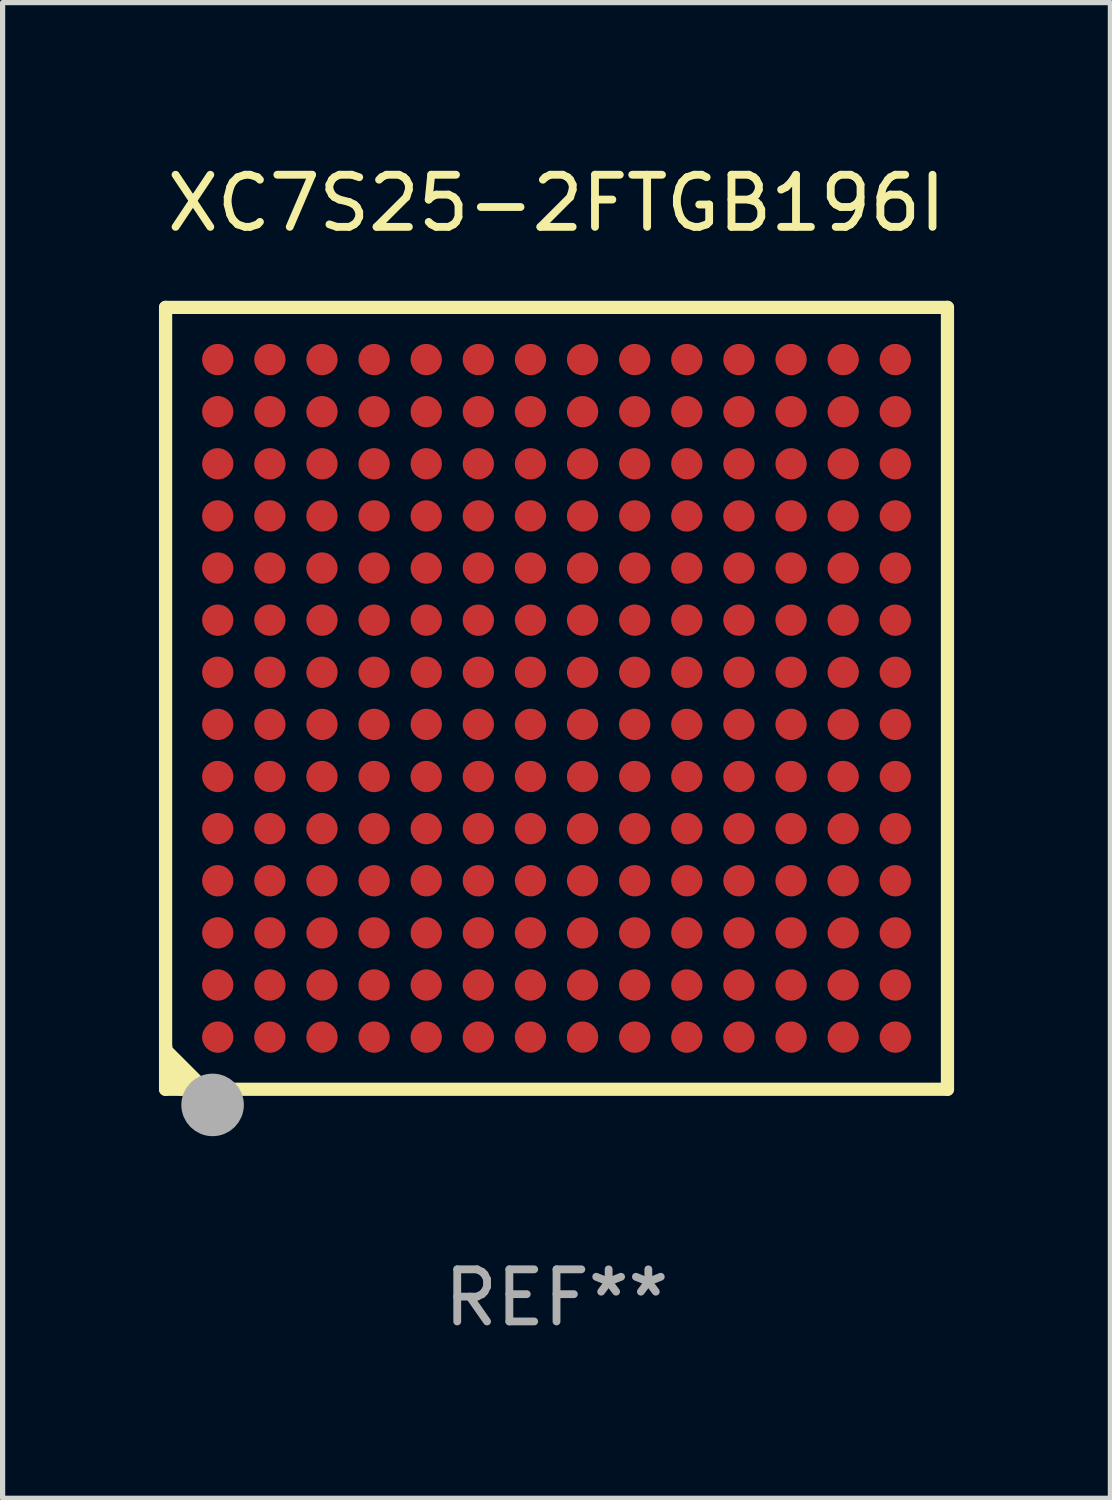
<source format=kicad_pcb>
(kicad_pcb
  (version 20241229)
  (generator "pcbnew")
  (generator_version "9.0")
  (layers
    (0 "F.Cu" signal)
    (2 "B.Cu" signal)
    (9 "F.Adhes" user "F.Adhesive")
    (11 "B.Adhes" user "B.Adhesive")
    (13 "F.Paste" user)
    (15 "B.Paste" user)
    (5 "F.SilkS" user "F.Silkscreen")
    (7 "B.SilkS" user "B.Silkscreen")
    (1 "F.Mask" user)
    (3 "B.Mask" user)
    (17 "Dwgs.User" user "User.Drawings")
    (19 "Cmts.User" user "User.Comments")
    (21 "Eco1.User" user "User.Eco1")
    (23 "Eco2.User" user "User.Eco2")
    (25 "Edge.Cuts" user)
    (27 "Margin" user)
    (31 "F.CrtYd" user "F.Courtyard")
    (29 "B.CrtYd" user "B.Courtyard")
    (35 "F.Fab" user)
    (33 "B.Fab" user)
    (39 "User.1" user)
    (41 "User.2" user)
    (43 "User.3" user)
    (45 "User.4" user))
  (footprint "XC7S25-2FTGB196I"
    (layer "F.Cu")
    (at 7.628 10.349)
    (property "Reference" "XC7S25-2FTGB196I" (at 0 -9.501 0) (layer "F.SilkS") (effects (font (size 1 1) (thickness 0.15))))
    (attr through_hole)
    (fp_line (start -7.501 -7.501) (end 7.501 -7.501) (stroke (width 0.254) (type solid)) (layer "F.SilkS"))
    (fp_line (start -7.501 7.501) (end -7.501 -7.501) (stroke (width 0.254) (type solid)) (layer "F.SilkS"))
    (fp_line (start -7.5 6.677) (end -7.5 6.748) (stroke (width 0.254) (type solid)) (layer "F.SilkS"))
    (fp_line (start -7.5 6.748) (end -6.748 7.5) (stroke (width 0.254) (type solid)) (layer "F.SilkS"))
    (fp_line (start -7.5 6.772) (end -7.5 7.002) (stroke (width 0.254) (type solid)) (layer "F.SilkS"))
    (fp_line (start -7.5 7) (end -7.5 7.209) (stroke (width 0.254) (type solid)) (layer "F.SilkS"))
    (fp_line (start -7.5 7.002) (end -7.002 7.5) (stroke (width 0.254) (type solid)) (layer "F.SilkS"))
    (fp_line (start -7.5 7.209) (end -7.209 7.5) (stroke (width 0.254) (type solid)) (layer "F.SilkS"))
    (fp_line (start 7.501 -7.501) (end 7.501 7.501) (stroke (width 0.254) (type solid)) (layer "F.SilkS"))
    (fp_line (start 7.501 7.501) (end -7.501 7.501) (stroke (width 0.254) (type solid)) (layer "F.SilkS"))
    (fp_circle (center -7.45 7.45) (end -7.4 7.45) (stroke (width 0.1) (type solid)) (fill no) (layer "F.SilkS"))
    (fp_circle (center -6.6 8) (end -6.473 8) (stroke (width 0.254) (type solid)) (fill no) (layer "F.SilkS"))
    (fp_circle (center -6.599 7.801) (end -6.299 7.801) (stroke (width 0.6) (type solid)) (fill no) (layer "F.Fab"))
    (fp_text user "REF**" (at 0 11.501 0) (layer "F.Fab") (effects (font (size 1 1) (thickness 0.15))))
    (pad "A1" smd circle (at -6.5 6.5) (size 0.6 0.6) (layers "F.Cu" "F.Mask" "F.Paste"))
    (pad "A2" smd circle (at -6.5 5.5) (size 0.6 0.6) (layers "F.Cu" "F.Mask" "F.Paste"))
    (pad "A3" smd circle (at -6.5 4.5) (size 0.6 0.6) (layers "F.Cu" "F.Mask" "F.Paste"))
    (pad "A4" smd circle (at -6.5 3.5) (size 0.6 0.6) (layers "F.Cu" "F.Mask" "F.Paste"))
    (pad "A5" smd circle (at -6.5 2.5) (size 0.6 0.6) (layers "F.Cu" "F.Mask" "F.Paste"))
    (pad "A6" smd circle (at -6.5 1.5) (size 0.6 0.6) (layers "F.Cu" "F.Mask" "F.Paste"))
    (pad "A7" smd circle (at -6.5 0.5) (size 0.6 0.6) (layers "F.Cu" "F.Mask" "F.Paste"))
    (pad "A8" smd circle (at -6.5 -0.5) (size 0.6 0.6) (layers "F.Cu" "F.Mask" "F.Paste"))
    (pad "A9" smd circle (at -6.5 -1.5) (size 0.6 0.6) (layers "F.Cu" "F.Mask" "F.Paste"))
    (pad "A10" smd circle (at -6.5 -2.5) (size 0.6 0.6) (layers "F.Cu" "F.Mask" "F.Paste"))
    (pad "A11" smd circle (at -6.5 -3.5) (size 0.6 0.6) (layers "F.Cu" "F.Mask" "F.Paste"))
    (pad "A12" smd circle (at -6.5 -4.5) (size 0.6 0.6) (layers "F.Cu" "F.Mask" "F.Paste"))
    (pad "A13" smd circle (at -6.5 -5.5) (size 0.6 0.6) (layers "F.Cu" "F.Mask" "F.Paste"))
    (pad "A14" smd circle (at -6.5 -6.5) (size 0.6 0.6) (layers "F.Cu" "F.Mask" "F.Paste"))
    (pad "B1" smd circle (at -5.5 6.5) (size 0.6 0.6) (layers "F.Cu" "F.Mask" "F.Paste"))
    (pad "B2" smd circle (at -5.5 5.5) (size 0.6 0.6) (layers "F.Cu" "F.Mask" "F.Paste"))
    (pad "B3" smd circle (at -5.5 4.5) (size 0.6 0.6) (layers "F.Cu" "F.Mask" "F.Paste"))
    (pad "B4" smd circle (at -5.5 3.5) (size 0.6 0.6) (layers "F.Cu" "F.Mask" "F.Paste"))
    (pad "B5" smd circle (at -5.5 2.5) (size 0.6 0.6) (layers "F.Cu" "F.Mask" "F.Paste"))
    (pad "B6" smd circle (at -5.5 1.5) (size 0.6 0.6) (layers "F.Cu" "F.Mask" "F.Paste"))
    (pad "B7" smd circle (at -5.5 0.5) (size 0.6 0.6) (layers "F.Cu" "F.Mask" "F.Paste"))
    (pad "B8" smd circle (at -5.5 -0.5) (size 0.6 0.6) (layers "F.Cu" "F.Mask" "F.Paste"))
    (pad "B9" smd circle (at -5.5 -1.5) (size 0.6 0.6) (layers "F.Cu" "F.Mask" "F.Paste"))
    (pad "B10" smd circle (at -5.5 -2.5) (size 0.6 0.6) (layers "F.Cu" "F.Mask" "F.Paste"))
    (pad "B11" smd circle (at -5.5 -3.5) (size 0.6 0.6) (layers "F.Cu" "F.Mask" "F.Paste"))
    (pad "B12" smd circle (at -5.5 -4.5) (size 0.6 0.6) (layers "F.Cu" "F.Mask" "F.Paste"))
    (pad "B13" smd circle (at -5.5 -5.5) (size 0.6 0.6) (layers "F.Cu" "F.Mask" "F.Paste"))
    (pad "B14" smd circle (at -5.5 -6.5) (size 0.6 0.6) (layers "F.Cu" "F.Mask" "F.Paste"))
    (pad "C1" smd circle (at -4.5 6.5) (size 0.6 0.6) (layers "F.Cu" "F.Mask" "F.Paste"))
    (pad "C2" smd circle (at -4.5 5.5) (size 0.6 0.6) (layers "F.Cu" "F.Mask" "F.Paste"))
    (pad "C3" smd circle (at -4.5 4.5) (size 0.6 0.6) (layers "F.Cu" "F.Mask" "F.Paste"))
    (pad "C4" smd circle (at -4.5 3.5) (size 0.6 0.6) (layers "F.Cu" "F.Mask" "F.Paste"))
    (pad "C5" smd circle (at -4.5 2.5) (size 0.6 0.6) (layers "F.Cu" "F.Mask" "F.Paste"))
    (pad "C6" smd circle (at -4.5 1.5) (size 0.6 0.6) (layers "F.Cu" "F.Mask" "F.Paste"))
    (pad "C7" smd circle (at -4.5 0.5) (size 0.6 0.6) (layers "F.Cu" "F.Mask" "F.Paste"))
    (pad "C8" smd circle (at -4.5 -0.5) (size 0.6 0.6) (layers "F.Cu" "F.Mask" "F.Paste"))
    (pad "C9" smd circle (at -4.5 -1.5) (size 0.6 0.6) (layers "F.Cu" "F.Mask" "F.Paste"))
    (pad "C10" smd circle (at -4.5 -2.5) (size 0.6 0.6) (layers "F.Cu" "F.Mask" "F.Paste"))
    (pad "C11" smd circle (at -4.5 -3.5) (size 0.6 0.6) (layers "F.Cu" "F.Mask" "F.Paste"))
    (pad "C12" smd circle (at -4.5 -4.5) (size 0.6 0.6) (layers "F.Cu" "F.Mask" "F.Paste"))
    (pad "C13" smd circle (at -4.5 -5.5) (size 0.6 0.6) (layers "F.Cu" "F.Mask" "F.Paste"))
    (pad "C14" smd circle (at -4.5 -6.5) (size 0.6 0.6) (layers "F.Cu" "F.Mask" "F.Paste"))
    (pad "D1" smd circle (at -3.5 6.5) (size 0.6 0.6) (layers "F.Cu" "F.Mask" "F.Paste"))
    (pad "D2" smd circle (at -3.5 5.5) (size 0.6 0.6) (layers "F.Cu" "F.Mask" "F.Paste"))
    (pad "D3" smd circle (at -3.5 4.5) (size 0.6 0.6) (layers "F.Cu" "F.Mask" "F.Paste"))
    (pad "D4" smd circle (at -3.5 3.5) (size 0.6 0.6) (layers "F.Cu" "F.Mask" "F.Paste"))
    (pad "D5" smd circle (at -3.5 2.5) (size 0.6 0.6) (layers "F.Cu" "F.Mask" "F.Paste"))
    (pad "D6" smd circle (at -3.5 1.5) (size 0.6 0.6) (layers "F.Cu" "F.Mask" "F.Paste"))
    (pad "D7" smd circle (at -3.5 0.5) (size 0.6 0.6) (layers "F.Cu" "F.Mask" "F.Paste"))
    (pad "D8" smd circle (at -3.5 -0.5) (size 0.6 0.6) (layers "F.Cu" "F.Mask" "F.Paste"))
    (pad "D9" smd circle (at -3.5 -1.5) (size 0.6 0.6) (layers "F.Cu" "F.Mask" "F.Paste"))
    (pad "D10" smd circle (at -3.5 -2.5) (size 0.6 0.6) (layers "F.Cu" "F.Mask" "F.Paste"))
    (pad "D11" smd circle (at -3.5 -3.5) (size 0.6 0.6) (layers "F.Cu" "F.Mask" "F.Paste"))
    (pad "D12" smd circle (at -3.5 -4.5) (size 0.6 0.6) (layers "F.Cu" "F.Mask" "F.Paste"))
    (pad "D13" smd circle (at -3.5 -5.5) (size 0.6 0.6) (layers "F.Cu" "F.Mask" "F.Paste"))
    (pad "D14" smd circle (at -3.5 -6.5) (size 0.6 0.6) (layers "F.Cu" "F.Mask" "F.Paste"))
    (pad "E1" smd circle (at -2.5 6.5) (size 0.6 0.6) (layers "F.Cu" "F.Mask" "F.Paste"))
    (pad "E2" smd circle (at -2.5 5.5) (size 0.6 0.6) (layers "F.Cu" "F.Mask" "F.Paste"))
    (pad "E3" smd circle (at -2.5 4.5) (size 0.6 0.6) (layers "F.Cu" "F.Mask" "F.Paste"))
    (pad "E4" smd circle (at -2.5 3.5) (size 0.6 0.6) (layers "F.Cu" "F.Mask" "F.Paste"))
    (pad "E5" smd circle (at -2.5 2.5) (size 0.6 0.6) (layers "F.Cu" "F.Mask" "F.Paste"))
    (pad "E6" smd circle (at -2.5 1.5) (size 0.6 0.6) (layers "F.Cu" "F.Mask" "F.Paste"))
    (pad "E7" smd circle (at -2.5 0.5) (size 0.6 0.6) (layers "F.Cu" "F.Mask" "F.Paste"))
    (pad "E8" smd circle (at -2.5 -0.5) (size 0.6 0.6) (layers "F.Cu" "F.Mask" "F.Paste"))
    (pad "E9" smd circle (at -2.5 -1.5) (size 0.6 0.6) (layers "F.Cu" "F.Mask" "F.Paste"))
    (pad "E10" smd circle (at -2.5 -2.5) (size 0.6 0.6) (layers "F.Cu" "F.Mask" "F.Paste"))
    (pad "E11" smd circle (at -2.5 -3.5) (size 0.6 0.6) (layers "F.Cu" "F.Mask" "F.Paste"))
    (pad "E12" smd circle (at -2.5 -4.5) (size 0.6 0.6) (layers "F.Cu" "F.Mask" "F.Paste"))
    (pad "E13" smd circle (at -2.5 -5.5) (size 0.6 0.6) (layers "F.Cu" "F.Mask" "F.Paste"))
    (pad "E14" smd circle (at -2.5 -6.5) (size 0.6 0.6) (layers "F.Cu" "F.Mask" "F.Paste"))
    (pad "F1" smd circle (at -1.5 6.5) (size 0.6 0.6) (layers "F.Cu" "F.Mask" "F.Paste"))
    (pad "F2" smd circle (at -1.5 5.5) (size 0.6 0.6) (layers "F.Cu" "F.Mask" "F.Paste"))
    (pad "F3" smd circle (at -1.5 4.5) (size 0.6 0.6) (layers "F.Cu" "F.Mask" "F.Paste"))
    (pad "F4" smd circle (at -1.5 3.5) (size 0.6 0.6) (layers "F.Cu" "F.Mask" "F.Paste"))
    (pad "F5" smd circle (at -1.5 2.5) (size 0.6 0.6) (layers "F.Cu" "F.Mask" "F.Paste"))
    (pad "F6" smd circle (at -1.5 1.5) (size 0.6 0.6) (layers "F.Cu" "F.Mask" "F.Paste"))
    (pad "F7" smd circle (at -1.5 0.5) (size 0.6 0.6) (layers "F.Cu" "F.Mask" "F.Paste"))
    (pad "F8" smd circle (at -1.5 -0.5) (size 0.6 0.6) (layers "F.Cu" "F.Mask" "F.Paste"))
    (pad "F9" smd circle (at -1.5 -1.5) (size 0.6 0.6) (layers "F.Cu" "F.Mask" "F.Paste"))
    (pad "F10" smd circle (at -1.5 -2.5) (size 0.6 0.6) (layers "F.Cu" "F.Mask" "F.Paste"))
    (pad "F11" smd circle (at -1.5 -3.5) (size 0.6 0.6) (layers "F.Cu" "F.Mask" "F.Paste"))
    (pad "F12" smd circle (at -1.5 -4.5) (size 0.6 0.6) (layers "F.Cu" "F.Mask" "F.Paste"))
    (pad "F13" smd circle (at -1.5 -5.5) (size 0.6 0.6) (layers "F.Cu" "F.Mask" "F.Paste"))
    (pad "F14" smd circle (at -1.5 -6.5) (size 0.6 0.6) (layers "F.Cu" "F.Mask" "F.Paste"))
    (pad "G1" smd circle (at -0.5 6.5) (size 0.6 0.6) (layers "F.Cu" "F.Mask" "F.Paste"))
    (pad "G2" smd circle (at -0.5 5.5) (size 0.6 0.6) (layers "F.Cu" "F.Mask" "F.Paste"))
    (pad "G3" smd circle (at -0.5 4.5) (size 0.6 0.6) (layers "F.Cu" "F.Mask" "F.Paste"))
    (pad "G4" smd circle (at -0.5 3.5) (size 0.6 0.6) (layers "F.Cu" "F.Mask" "F.Paste"))
    (pad "G5" smd circle (at -0.5 2.5) (size 0.6 0.6) (layers "F.Cu" "F.Mask" "F.Paste"))
    (pad "G6" smd circle (at -0.5 1.5) (size 0.6 0.6) (layers "F.Cu" "F.Mask" "F.Paste"))
    (pad "G7" smd circle (at -0.5 0.5) (size 0.6 0.6) (layers "F.Cu" "F.Mask" "F.Paste"))
    (pad "G8" smd circle (at -0.5 -0.5) (size 0.6 0.6) (layers "F.Cu" "F.Mask" "F.Paste"))
    (pad "G9" smd circle (at -0.5 -1.5) (size 0.6 0.6) (layers "F.Cu" "F.Mask" "F.Paste"))
    (pad "G10" smd circle (at -0.5 -2.5) (size 0.6 0.6) (layers "F.Cu" "F.Mask" "F.Paste"))
    (pad "G11" smd circle (at -0.5 -3.5) (size 0.6 0.6) (layers "F.Cu" "F.Mask" "F.Paste"))
    (pad "G12" smd circle (at -0.5 -4.5) (size 0.6 0.6) (layers "F.Cu" "F.Mask" "F.Paste"))
    (pad "G13" smd circle (at -0.5 -5.5) (size 0.6 0.6) (layers "F.Cu" "F.Mask" "F.Paste"))
    (pad "G14" smd circle (at -0.5 -6.5) (size 0.6 0.6) (layers "F.Cu" "F.Mask" "F.Paste"))
    (pad "H1" smd circle (at 0.5 6.5) (size 0.6 0.6) (layers "F.Cu" "F.Mask" "F.Paste"))
    (pad "H2" smd circle (at 0.5 5.5) (size 0.6 0.6) (layers "F.Cu" "F.Mask" "F.Paste"))
    (pad "H3" smd circle (at 0.5 4.5) (size 0.6 0.6) (layers "F.Cu" "F.Mask" "F.Paste"))
    (pad "H4" smd circle (at 0.5 3.5) (size 0.6 0.6) (layers "F.Cu" "F.Mask" "F.Paste"))
    (pad "H5" smd circle (at 0.5 2.5) (size 0.6 0.6) (layers "F.Cu" "F.Mask" "F.Paste"))
    (pad "H6" smd circle (at 0.5 1.5) (size 0.6 0.6) (layers "F.Cu" "F.Mask" "F.Paste"))
    (pad "H7" smd circle (at 0.5 0.5) (size 0.6 0.6) (layers "F.Cu" "F.Mask" "F.Paste"))
    (pad "H8" smd circle (at 0.5 -0.5) (size 0.6 0.6) (layers "F.Cu" "F.Mask" "F.Paste"))
    (pad "H9" smd circle (at 0.5 -1.5) (size 0.6 0.6) (layers "F.Cu" "F.Mask" "F.Paste"))
    (pad "H10" smd circle (at 0.5 -2.5) (size 0.6 0.6) (layers "F.Cu" "F.Mask" "F.Paste"))
    (pad "H11" smd circle (at 0.5 -3.5) (size 0.6 0.6) (layers "F.Cu" "F.Mask" "F.Paste"))
    (pad "H12" smd circle (at 0.5 -4.5) (size 0.6 0.6) (layers "F.Cu" "F.Mask" "F.Paste"))
    (pad "H13" smd circle (at 0.5 -5.5) (size 0.6 0.6) (layers "F.Cu" "F.Mask" "F.Paste"))
    (pad "H14" smd circle (at 0.5 -6.5) (size 0.6 0.6) (layers "F.Cu" "F.Mask" "F.Paste"))
    (pad "J1" smd circle (at 1.5 6.5) (size 0.6 0.6) (layers "F.Cu" "F.Mask" "F.Paste"))
    (pad "J2" smd circle (at 1.5 5.5) (size 0.6 0.6) (layers "F.Cu" "F.Mask" "F.Paste"))
    (pad "J3" smd circle (at 1.5 4.5) (size 0.6 0.6) (layers "F.Cu" "F.Mask" "F.Paste"))
    (pad "J4" smd circle (at 1.5 3.5) (size 0.6 0.6) (layers "F.Cu" "F.Mask" "F.Paste"))
    (pad "J5" smd circle (at 1.5 2.5) (size 0.6 0.6) (layers "F.Cu" "F.Mask" "F.Paste"))
    (pad "J6" smd circle (at 1.5 1.5) (size 0.6 0.6) (layers "F.Cu" "F.Mask" "F.Paste"))
    (pad "J7" smd circle (at 1.5 0.5) (size 0.6 0.6) (layers "F.Cu" "F.Mask" "F.Paste"))
    (pad "J8" smd circle (at 1.5 -0.5) (size 0.6 0.6) (layers "F.Cu" "F.Mask" "F.Paste"))
    (pad "J9" smd circle (at 1.5 -1.5) (size 0.6 0.6) (layers "F.Cu" "F.Mask" "F.Paste"))
    (pad "J10" smd circle (at 1.5 -2.5) (size 0.6 0.6) (layers "F.Cu" "F.Mask" "F.Paste"))
    (pad "J11" smd circle (at 1.5 -3.5) (size 0.6 0.6) (layers "F.Cu" "F.Mask" "F.Paste"))
    (pad "J12" smd circle (at 1.5 -4.5) (size 0.6 0.6) (layers "F.Cu" "F.Mask" "F.Paste"))
    (pad "J13" smd circle (at 1.5 -5.5) (size 0.6 0.6) (layers "F.Cu" "F.Mask" "F.Paste"))
    (pad "J14" smd circle (at 1.5 -6.5) (size 0.6 0.6) (layers "F.Cu" "F.Mask" "F.Paste"))
    (pad "K1" smd circle (at 2.5 6.5) (size 0.6 0.6) (layers "F.Cu" "F.Mask" "F.Paste"))
    (pad "K2" smd circle (at 2.5 5.5) (size 0.6 0.6) (layers "F.Cu" "F.Mask" "F.Paste"))
    (pad "K3" smd circle (at 2.5 4.5) (size 0.6 0.6) (layers "F.Cu" "F.Mask" "F.Paste"))
    (pad "K4" smd circle (at 2.5 3.5) (size 0.6 0.6) (layers "F.Cu" "F.Mask" "F.Paste"))
    (pad "K5" smd circle (at 2.5 2.5) (size 0.6 0.6) (layers "F.Cu" "F.Mask" "F.Paste"))
    (pad "K6" smd circle (at 2.5 1.5) (size 0.6 0.6) (layers "F.Cu" "F.Mask" "F.Paste"))
    (pad "K7" smd circle (at 2.5 0.5) (size 0.6 0.6) (layers "F.Cu" "F.Mask" "F.Paste"))
    (pad "K8" smd circle (at 2.5 -0.5) (size 0.6 0.6) (layers "F.Cu" "F.Mask" "F.Paste"))
    (pad "K9" smd circle (at 2.5 -1.5) (size 0.6 0.6) (layers "F.Cu" "F.Mask" "F.Paste"))
    (pad "K10" smd circle (at 2.5 -2.5) (size 0.6 0.6) (layers "F.Cu" "F.Mask" "F.Paste"))
    (pad "K11" smd circle (at 2.5 -3.5) (size 0.6 0.6) (layers "F.Cu" "F.Mask" "F.Paste"))
    (pad "K12" smd circle (at 2.5 -4.5) (size 0.6 0.6) (layers "F.Cu" "F.Mask" "F.Paste"))
    (pad "K13" smd circle (at 2.5 -5.5) (size 0.6 0.6) (layers "F.Cu" "F.Mask" "F.Paste"))
    (pad "K14" smd circle (at 2.5 -6.5) (size 0.6 0.6) (layers "F.Cu" "F.Mask" "F.Paste"))
    (pad "L1" smd circle (at 3.5 6.5) (size 0.6 0.6) (layers "F.Cu" "F.Mask" "F.Paste"))
    (pad "L2" smd circle (at 3.5 5.5) (size 0.6 0.6) (layers "F.Cu" "F.Mask" "F.Paste"))
    (pad "L3" smd circle (at 3.5 4.5) (size 0.6 0.6) (layers "F.Cu" "F.Mask" "F.Paste"))
    (pad "L4" smd circle (at 3.5 3.5) (size 0.6 0.6) (layers "F.Cu" "F.Mask" "F.Paste"))
    (pad "L5" smd circle (at 3.5 2.5) (size 0.6 0.6) (layers "F.Cu" "F.Mask" "F.Paste"))
    (pad "L6" smd circle (at 3.5 1.5) (size 0.6 0.6) (layers "F.Cu" "F.Mask" "F.Paste"))
    (pad "L7" smd circle (at 3.5 0.5) (size 0.6 0.6) (layers "F.Cu" "F.Mask" "F.Paste"))
    (pad "L8" smd circle (at 3.5 -0.5) (size 0.6 0.6) (layers "F.Cu" "F.Mask" "F.Paste"))
    (pad "L9" smd circle (at 3.5 -1.5) (size 0.6 0.6) (layers "F.Cu" "F.Mask" "F.Paste"))
    (pad "L10" smd circle (at 3.5 -2.5) (size 0.6 0.6) (layers "F.Cu" "F.Mask" "F.Paste"))
    (pad "L11" smd circle (at 3.5 -3.5) (size 0.6 0.6) (layers "F.Cu" "F.Mask" "F.Paste"))
    (pad "L12" smd circle (at 3.5 -4.5) (size 0.6 0.6) (layers "F.Cu" "F.Mask" "F.Paste"))
    (pad "L13" smd circle (at 3.5 -5.5) (size 0.6 0.6) (layers "F.Cu" "F.Mask" "F.Paste"))
    (pad "L14" smd circle (at 3.5 -6.5) (size 0.6 0.6) (layers "F.Cu" "F.Mask" "F.Paste"))
    (pad "M1" smd circle (at 4.5 6.5) (size 0.6 0.6) (layers "F.Cu" "F.Mask" "F.Paste"))
    (pad "M2" smd circle (at 4.5 5.5) (size 0.6 0.6) (layers "F.Cu" "F.Mask" "F.Paste"))
    (pad "M3" smd circle (at 4.5 4.5) (size 0.6 0.6) (layers "F.Cu" "F.Mask" "F.Paste"))
    (pad "M4" smd circle (at 4.5 3.5) (size 0.6 0.6) (layers "F.Cu" "F.Mask" "F.Paste"))
    (pad "M5" smd circle (at 4.5 2.5) (size 0.6 0.6) (layers "F.Cu" "F.Mask" "F.Paste"))
    (pad "M6" smd circle (at 4.5 1.5) (size 0.6 0.6) (layers "F.Cu" "F.Mask" "F.Paste"))
    (pad "M7" smd circle (at 4.5 0.5) (size 0.6 0.6) (layers "F.Cu" "F.Mask" "F.Paste"))
    (pad "M8" smd circle (at 4.5 -0.5) (size 0.6 0.6) (layers "F.Cu" "F.Mask" "F.Paste"))
    (pad "M9" smd circle (at 4.5 -1.5) (size 0.6 0.6) (layers "F.Cu" "F.Mask" "F.Paste"))
    (pad "M10" smd circle (at 4.5 -2.5) (size 0.6 0.6) (layers "F.Cu" "F.Mask" "F.Paste"))
    (pad "M11" smd circle (at 4.5 -3.5) (size 0.6 0.6) (layers "F.Cu" "F.Mask" "F.Paste"))
    (pad "M12" smd circle (at 4.5 -4.5) (size 0.6 0.6) (layers "F.Cu" "F.Mask" "F.Paste"))
    (pad "M13" smd circle (at 4.5 -5.5) (size 0.6 0.6) (layers "F.Cu" "F.Mask" "F.Paste"))
    (pad "M14" smd circle (at 4.5 -6.5) (size 0.6 0.6) (layers "F.Cu" "F.Mask" "F.Paste"))
    (pad "N1" smd circle (at 5.5 6.5) (size 0.6 0.6) (layers "F.Cu" "F.Mask" "F.Paste"))
    (pad "N2" smd circle (at 5.5 5.5) (size 0.6 0.6) (layers "F.Cu" "F.Mask" "F.Paste"))
    (pad "N3" smd circle (at 5.5 4.5) (size 0.6 0.6) (layers "F.Cu" "F.Mask" "F.Paste"))
    (pad "N4" smd circle (at 5.5 3.5) (size 0.6 0.6) (layers "F.Cu" "F.Mask" "F.Paste"))
    (pad "N5" smd circle (at 5.5 2.5) (size 0.6 0.6) (layers "F.Cu" "F.Mask" "F.Paste"))
    (pad "N6" smd circle (at 5.5 1.5) (size 0.6 0.6) (layers "F.Cu" "F.Mask" "F.Paste"))
    (pad "N7" smd circle (at 5.5 0.5) (size 0.6 0.6) (layers "F.Cu" "F.Mask" "F.Paste"))
    (pad "N8" smd circle (at 5.5 -0.5) (size 0.6 0.6) (layers "F.Cu" "F.Mask" "F.Paste"))
    (pad "N9" smd circle (at 5.5 -1.5) (size 0.6 0.6) (layers "F.Cu" "F.Mask" "F.Paste"))
    (pad "N10" smd circle (at 5.5 -2.5) (size 0.6 0.6) (layers "F.Cu" "F.Mask" "F.Paste"))
    (pad "N11" smd circle (at 5.5 -3.5) (size 0.6 0.6) (layers "F.Cu" "F.Mask" "F.Paste"))
    (pad "N12" smd circle (at 5.5 -4.5) (size 0.6 0.6) (layers "F.Cu" "F.Mask" "F.Paste"))
    (pad "N13" smd circle (at 5.5 -5.5) (size 0.6 0.6) (layers "F.Cu" "F.Mask" "F.Paste"))
    (pad "N14" smd circle (at 5.5 -6.5) (size 0.6 0.6) (layers "F.Cu" "F.Mask" "F.Paste"))
    (pad "P1" smd circle (at 6.5 6.5) (size 0.6 0.6) (layers "F.Cu" "F.Mask" "F.Paste"))
    (pad "P2" smd circle (at 6.5 5.5) (size 0.6 0.6) (layers "F.Cu" "F.Mask" "F.Paste"))
    (pad "P3" smd circle (at 6.5 4.5) (size 0.6 0.6) (layers "F.Cu" "F.Mask" "F.Paste"))
    (pad "P4" smd circle (at 6.5 3.5) (size 0.6 0.6) (layers "F.Cu" "F.Mask" "F.Paste"))
    (pad "P5" smd circle (at 6.5 2.5) (size 0.6 0.6) (layers "F.Cu" "F.Mask" "F.Paste"))
    (pad "P6" smd circle (at 6.5 1.5) (size 0.6 0.6) (layers "F.Cu" "F.Mask" "F.Paste"))
    (pad "P7" smd circle (at 6.5 0.5) (size 0.6 0.6) (layers "F.Cu" "F.Mask" "F.Paste"))
    (pad "P8" smd circle (at 6.5 -0.5) (size 0.6 0.6) (layers "F.Cu" "F.Mask" "F.Paste"))
    (pad "P9" smd circle (at 6.5 -1.5) (size 0.6 0.6) (layers "F.Cu" "F.Mask" "F.Paste"))
    (pad "P10" smd circle (at 6.5 -2.5) (size 0.6 0.6) (layers "F.Cu" "F.Mask" "F.Paste"))
    (pad "P11" smd circle (at 6.5 -3.5) (size 0.6 0.6) (layers "F.Cu" "F.Mask" "F.Paste"))
    (pad "P12" smd circle (at 6.5 -4.5) (size 0.6 0.6) (layers "F.Cu" "F.Mask" "F.Paste"))
    (pad "P13" smd circle (at 6.5 -5.5) (size 0.6 0.6) (layers "F.Cu" "F.Mask" "F.Paste"))
    (pad "P14" smd circle (at 6.5 -6.5) (size 0.6 0.6) (layers "F.Cu" "F.Mask" "F.Paste")))
  (gr_rect
    (start -3 -3)
    (end 18.255 25.698)
    (stroke (width 0.1) (type default))
    (fill no)
    (layer "Edge.Cuts")))
</source>
